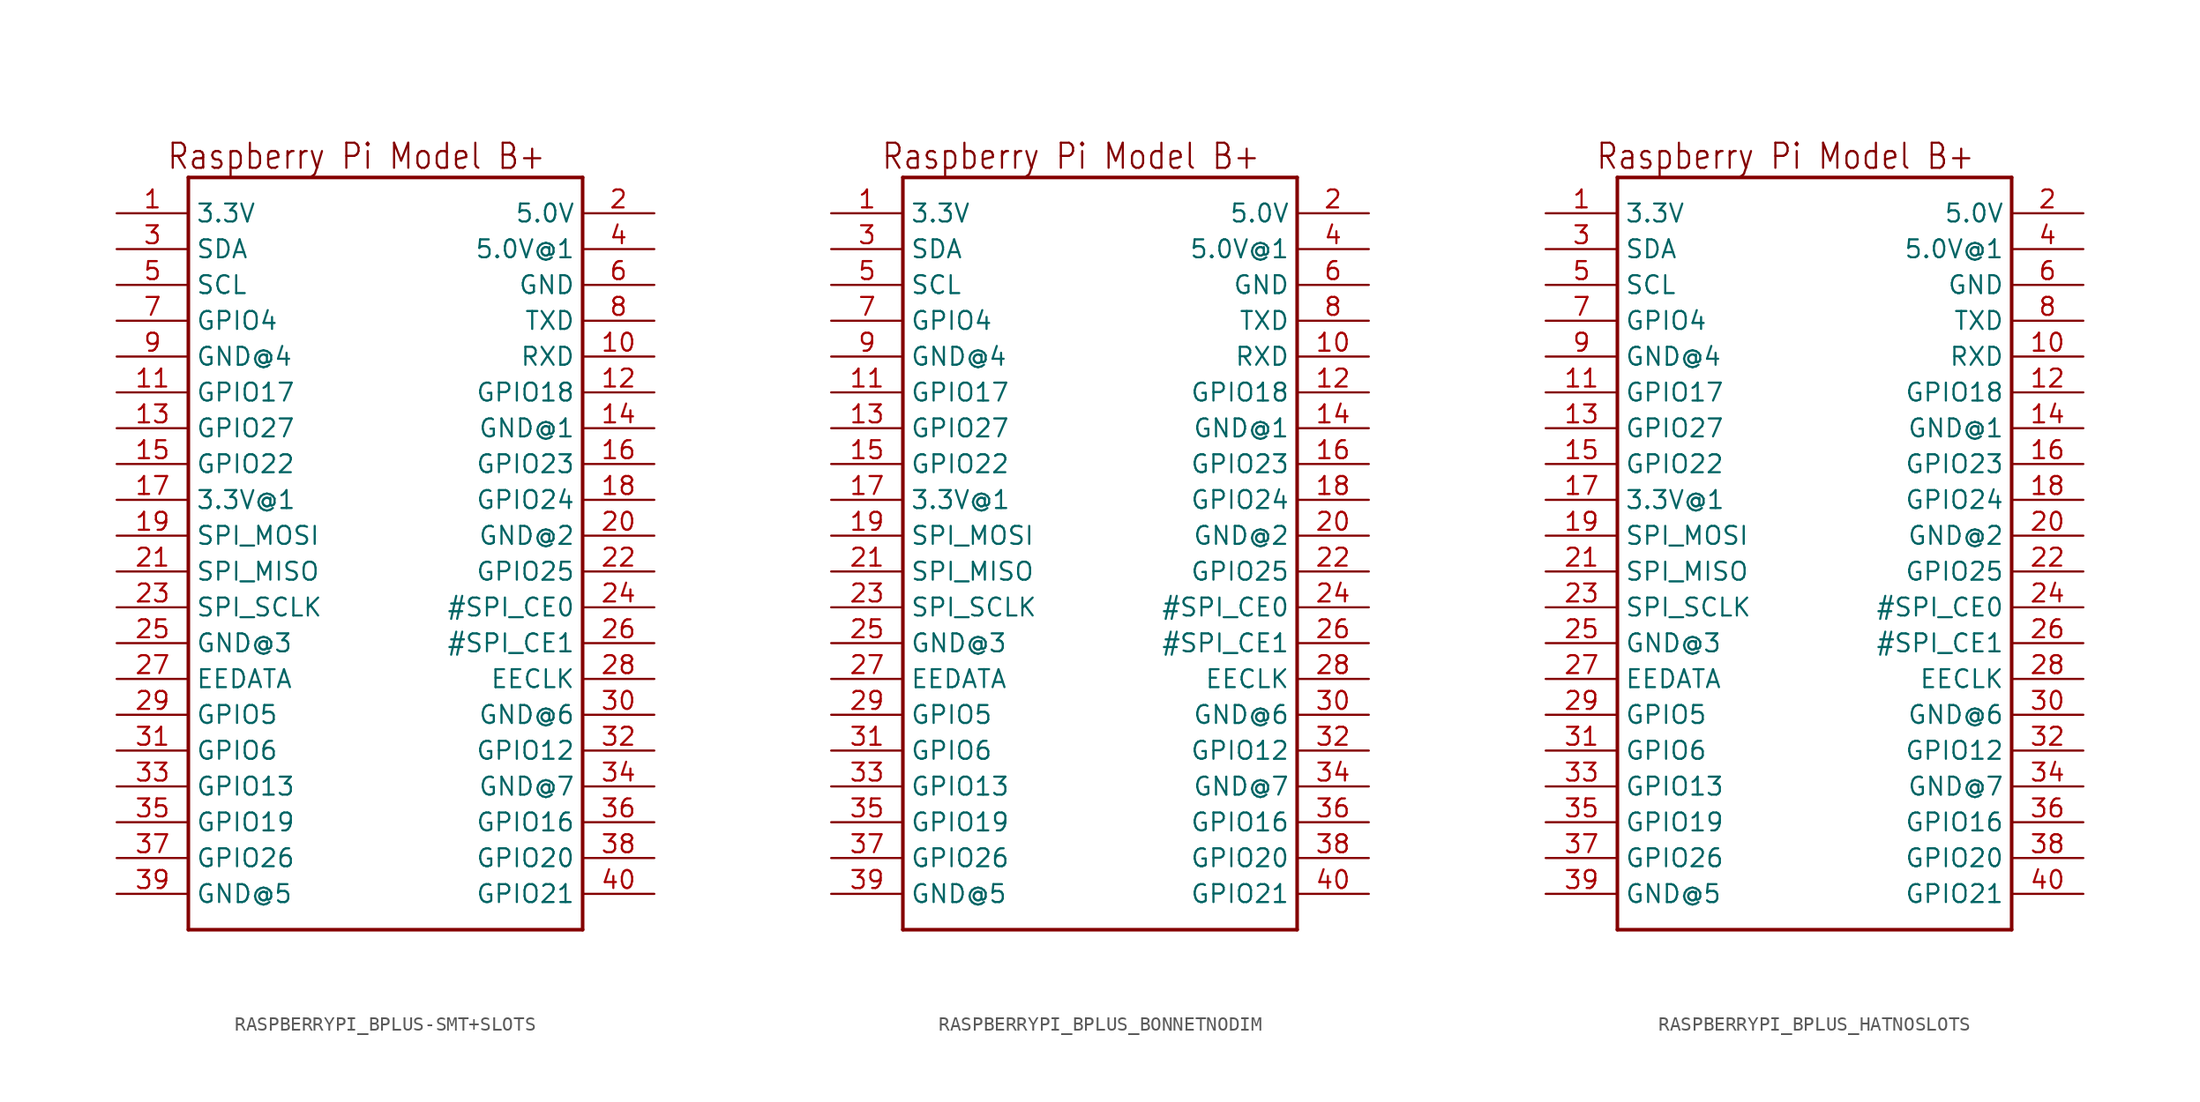
<source format=kicad_sym>
(kicad_symbol_lib
  (version 20231120)
  (generator "kicad_symbol_editor")
  (generator_version "8.0")
  (symbol "RASPBERRYPI_BPLUS-SMT+SLOTS"
    (property "Reference" "RPI"
      (at 0 0 0)
      (effects (font (size 1.27 1.27)) (hide yes)))
    (property "ki_locked" ""
      (at 0 0 0)
      (effects (font (size 1.27 1.27))))
    (symbol "RASPBERRYPI_BPLUS-SMT+SLOTS_1_0"
      (polyline (pts (xy -12.7 -30.48) (xy -12.7 22.86)) (stroke (width 0.254) (type solid)) (fill (type none)))
      (polyline (pts (xy -12.7 22.86) (xy 15.24 22.86)) (stroke (width 0.254) (type solid)) (fill (type none)))
      (polyline (pts (xy 15.24 -30.48) (xy -12.7 -30.48)) (stroke (width 0.254) (type solid)) (fill (type none)))
      (polyline (pts (xy 15.24 22.86) (xy 15.24 -30.48)) (stroke (width 0.254) (type solid)) (fill (type none)))
      (text "Raspberry Pi Model B+" (at 12.7 25.4 0) (effects (font (size 1.778 1.511)) (justify right top)))
      (pin power_in line (at -17.78 20.32 0) (length 5.08) (name "3.3V" (effects (font (size 1.27 1.27)))) (number "1" (effects (font (size 1.27 1.27)))))
      (pin bidirectional line (at 20.32 10.16 180) (length 5.08) (name "RXD" (effects (font (size 1.27 1.27)))) (number "10" (effects (font (size 1.27 1.27)))))
      (pin bidirectional line (at -17.78 7.62 0) (length 5.08) (name "GPIO17" (effects (font (size 1.27 1.27)))) (number "11" (effects (font (size 1.27 1.27)))))
      (pin bidirectional line (at 20.32 7.62 180) (length 5.08) (name "GPIO18" (effects (font (size 1.27 1.27)))) (number "12" (effects (font (size 1.27 1.27)))))
      (pin bidirectional line (at -17.78 5.08 0) (length 5.08) (name "GPIO27" (effects (font (size 1.27 1.27)))) (number "13" (effects (font (size 1.27 1.27)))))
      (pin power_in line (at 20.32 5.08 180) (length 5.08) (name "GND@1" (effects (font (size 1.27 1.27)))) (number "14" (effects (font (size 1.27 1.27)))))
      (pin bidirectional line (at -17.78 2.54 0) (length 5.08) (name "GPIO22" (effects (font (size 1.27 1.27)))) (number "15" (effects (font (size 1.27 1.27)))))
      (pin bidirectional line (at 20.32 2.54 180) (length 5.08) (name "GPIO23" (effects (font (size 1.27 1.27)))) (number "16" (effects (font (size 1.27 1.27)))))
      (pin power_in line (at -17.78 0 0) (length 5.08) (name "3.3V@1" (effects (font (size 1.27 1.27)))) (number "17" (effects (font (size 1.27 1.27)))))
      (pin bidirectional line (at 20.32 0 180) (length 5.08) (name "GPIO24" (effects (font (size 1.27 1.27)))) (number "18" (effects (font (size 1.27 1.27)))))
      (pin bidirectional line (at -17.78 -2.54 0) (length 5.08) (name "SPI_MOSI" (effects (font (size 1.27 1.27)))) (number "19" (effects (font (size 1.27 1.27)))))
      (pin power_in line (at 20.32 20.32 180) (length 5.08) (name "5.0V" (effects (font (size 1.27 1.27)))) (number "2" (effects (font (size 1.27 1.27)))))
      (pin power_in line (at 20.32 -2.54 180) (length 5.08) (name "GND@2" (effects (font (size 1.27 1.27)))) (number "20" (effects (font (size 1.27 1.27)))))
      (pin bidirectional line (at -17.78 -5.08 0) (length 5.08) (name "SPI_MISO" (effects (font (size 1.27 1.27)))) (number "21" (effects (font (size 1.27 1.27)))))
      (pin bidirectional line (at 20.32 -5.08 180) (length 5.08) (name "GPIO25" (effects (font (size 1.27 1.27)))) (number "22" (effects (font (size 1.27 1.27)))))
      (pin bidirectional line (at -17.78 -7.62 0) (length 5.08) (name "SPI_SCLK" (effects (font (size 1.27 1.27)))) (number "23" (effects (font (size 1.27 1.27)))))
      (pin bidirectional line (at 20.32 -7.62 180) (length 5.08) (name "#SPI_CE0" (effects (font (size 1.27 1.27)))) (number "24" (effects (font (size 1.27 1.27)))))
      (pin power_in line (at -17.78 -10.16 0) (length 5.08) (name "GND@3" (effects (font (size 1.27 1.27)))) (number "25" (effects (font (size 1.27 1.27)))))
      (pin bidirectional line (at 20.32 -10.16 180) (length 5.08) (name "#SPI_CE1" (effects (font (size 1.27 1.27)))) (number "26" (effects (font (size 1.27 1.27)))))
      (pin bidirectional line (at -17.78 -12.7 0) (length 5.08) (name "EEDATA" (effects (font (size 1.27 1.27)))) (number "27" (effects (font (size 1.27 1.27)))))
      (pin bidirectional line (at 20.32 -12.7 180) (length 5.08) (name "EECLK" (effects (font (size 1.27 1.27)))) (number "28" (effects (font (size 1.27 1.27)))))
      (pin bidirectional line (at -17.78 -15.24 0) (length 5.08) (name "GPIO5" (effects (font (size 1.27 1.27)))) (number "29" (effects (font (size 1.27 1.27)))))
      (pin bidirectional line (at -17.78 17.78 0) (length 5.08) (name "SDA" (effects (font (size 1.27 1.27)))) (number "3" (effects (font (size 1.27 1.27)))))
      (pin power_in line (at 20.32 -15.24 180) (length 5.08) (name "GND@6" (effects (font (size 1.27 1.27)))) (number "30" (effects (font (size 1.27 1.27)))))
      (pin bidirectional line (at -17.78 -17.78 0) (length 5.08) (name "GPIO6" (effects (font (size 1.27 1.27)))) (number "31" (effects (font (size 1.27 1.27)))))
      (pin bidirectional line (at 20.32 -17.78 180) (length 5.08) (name "GPIO12" (effects (font (size 1.27 1.27)))) (number "32" (effects (font (size 1.27 1.27)))))
      (pin bidirectional line (at -17.78 -20.32 0) (length 5.08) (name "GPIO13" (effects (font (size 1.27 1.27)))) (number "33" (effects (font (size 1.27 1.27)))))
      (pin power_in line (at 20.32 -20.32 180) (length 5.08) (name "GND@7" (effects (font (size 1.27 1.27)))) (number "34" (effects (font (size 1.27 1.27)))))
      (pin bidirectional line (at -17.78 -22.86 0) (length 5.08) (name "GPIO19" (effects (font (size 1.27 1.27)))) (number "35" (effects (font (size 1.27 1.27)))))
      (pin bidirectional line (at 20.32 -22.86 180) (length 5.08) (name "GPIO16" (effects (font (size 1.27 1.27)))) (number "36" (effects (font (size 1.27 1.27)))))
      (pin bidirectional line (at -17.78 -25.4 0) (length 5.08) (name "GPIO26" (effects (font (size 1.27 1.27)))) (number "37" (effects (font (size 1.27 1.27)))))
      (pin bidirectional line (at 20.32 -25.4 180) (length 5.08) (name "GPIO20" (effects (font (size 1.27 1.27)))) (number "38" (effects (font (size 1.27 1.27)))))
      (pin power_in line (at -17.78 -27.94 0) (length 5.08) (name "GND@5" (effects (font (size 1.27 1.27)))) (number "39" (effects (font (size 1.27 1.27)))))
      (pin power_in line (at 20.32 17.78 180) (length 5.08) (name "5.0V@1" (effects (font (size 1.27 1.27)))) (number "4" (effects (font (size 1.27 1.27)))))
      (pin bidirectional line (at 20.32 -27.94 180) (length 5.08) (name "GPIO21" (effects (font (size 1.27 1.27)))) (number "40" (effects (font (size 1.27 1.27)))))
      (pin bidirectional line (at -17.78 15.24 0) (length 5.08) (name "SCL" (effects (font (size 1.27 1.27)))) (number "5" (effects (font (size 1.27 1.27)))))
      (pin power_in line (at 20.32 15.24 180) (length 5.08) (name "GND" (effects (font (size 1.27 1.27)))) (number "6" (effects (font (size 1.27 1.27)))))
      (pin bidirectional line (at -17.78 12.7 0) (length 5.08) (name "GPIO4" (effects (font (size 1.27 1.27)))) (number "7" (effects (font (size 1.27 1.27)))))
      (pin bidirectional line (at 20.32 12.7 180) (length 5.08) (name "TXD" (effects (font (size 1.27 1.27)))) (number "8" (effects (font (size 1.27 1.27)))))
      (pin power_in line (at -17.78 10.16 0) (length 5.08) (name "GND@4" (effects (font (size 1.27 1.27)))) (number "9" (effects (font (size 1.27 1.27)))))))
  (symbol "RASPBERRYPI_BPLUS_BONNETNODIM"
    (property "Reference" "RPI"
      (at 0 0 0)
      (effects (font (size 1.27 1.27)) (hide yes)))
    (property "ki_locked" ""
      (at 0 0 0)
      (effects (font (size 1.27 1.27))))
    (symbol "RASPBERRYPI_BPLUS_BONNETNODIM_1_0"
      (polyline (pts (xy -12.7 -30.48) (xy -12.7 22.86)) (stroke (width 0.254) (type solid)) (fill (type none)))
      (polyline (pts (xy -12.7 22.86) (xy 15.24 22.86)) (stroke (width 0.254) (type solid)) (fill (type none)))
      (polyline (pts (xy 15.24 -30.48) (xy -12.7 -30.48)) (stroke (width 0.254) (type solid)) (fill (type none)))
      (polyline (pts (xy 15.24 22.86) (xy 15.24 -30.48)) (stroke (width 0.254) (type solid)) (fill (type none)))
      (text "Raspberry Pi Model B+" (at 12.7 25.4 0) (effects (font (size 1.778 1.511)) (justify right top)))
      (pin power_in line (at -17.78 20.32 0) (length 5.08) (name "3.3V" (effects (font (size 1.27 1.27)))) (number "1" (effects (font (size 1.27 1.27)))))
      (pin bidirectional line (at 20.32 10.16 180) (length 5.08) (name "RXD" (effects (font (size 1.27 1.27)))) (number "10" (effects (font (size 1.27 1.27)))))
      (pin bidirectional line (at -17.78 7.62 0) (length 5.08) (name "GPIO17" (effects (font (size 1.27 1.27)))) (number "11" (effects (font (size 1.27 1.27)))))
      (pin bidirectional line (at 20.32 7.62 180) (length 5.08) (name "GPIO18" (effects (font (size 1.27 1.27)))) (number "12" (effects (font (size 1.27 1.27)))))
      (pin bidirectional line (at -17.78 5.08 0) (length 5.08) (name "GPIO27" (effects (font (size 1.27 1.27)))) (number "13" (effects (font (size 1.27 1.27)))))
      (pin power_in line (at 20.32 5.08 180) (length 5.08) (name "GND@1" (effects (font (size 1.27 1.27)))) (number "14" (effects (font (size 1.27 1.27)))))
      (pin bidirectional line (at -17.78 2.54 0) (length 5.08) (name "GPIO22" (effects (font (size 1.27 1.27)))) (number "15" (effects (font (size 1.27 1.27)))))
      (pin bidirectional line (at 20.32 2.54 180) (length 5.08) (name "GPIO23" (effects (font (size 1.27 1.27)))) (number "16" (effects (font (size 1.27 1.27)))))
      (pin power_in line (at -17.78 0 0) (length 5.08) (name "3.3V@1" (effects (font (size 1.27 1.27)))) (number "17" (effects (font (size 1.27 1.27)))))
      (pin bidirectional line (at 20.32 0 180) (length 5.08) (name "GPIO24" (effects (font (size 1.27 1.27)))) (number "18" (effects (font (size 1.27 1.27)))))
      (pin bidirectional line (at -17.78 -2.54 0) (length 5.08) (name "SPI_MOSI" (effects (font (size 1.27 1.27)))) (number "19" (effects (font (size 1.27 1.27)))))
      (pin power_in line (at 20.32 20.32 180) (length 5.08) (name "5.0V" (effects (font (size 1.27 1.27)))) (number "2" (effects (font (size 1.27 1.27)))))
      (pin power_in line (at 20.32 -2.54 180) (length 5.08) (name "GND@2" (effects (font (size 1.27 1.27)))) (number "20" (effects (font (size 1.27 1.27)))))
      (pin bidirectional line (at -17.78 -5.08 0) (length 5.08) (name "SPI_MISO" (effects (font (size 1.27 1.27)))) (number "21" (effects (font (size 1.27 1.27)))))
      (pin bidirectional line (at 20.32 -5.08 180) (length 5.08) (name "GPIO25" (effects (font (size 1.27 1.27)))) (number "22" (effects (font (size 1.27 1.27)))))
      (pin bidirectional line (at -17.78 -7.62 0) (length 5.08) (name "SPI_SCLK" (effects (font (size 1.27 1.27)))) (number "23" (effects (font (size 1.27 1.27)))))
      (pin bidirectional line (at 20.32 -7.62 180) (length 5.08) (name "#SPI_CE0" (effects (font (size 1.27 1.27)))) (number "24" (effects (font (size 1.27 1.27)))))
      (pin power_in line (at -17.78 -10.16 0) (length 5.08) (name "GND@3" (effects (font (size 1.27 1.27)))) (number "25" (effects (font (size 1.27 1.27)))))
      (pin bidirectional line (at 20.32 -10.16 180) (length 5.08) (name "#SPI_CE1" (effects (font (size 1.27 1.27)))) (number "26" (effects (font (size 1.27 1.27)))))
      (pin bidirectional line (at -17.78 -12.7 0) (length 5.08) (name "EEDATA" (effects (font (size 1.27 1.27)))) (number "27" (effects (font (size 1.27 1.27)))))
      (pin bidirectional line (at 20.32 -12.7 180) (length 5.08) (name "EECLK" (effects (font (size 1.27 1.27)))) (number "28" (effects (font (size 1.27 1.27)))))
      (pin bidirectional line (at -17.78 -15.24 0) (length 5.08) (name "GPIO5" (effects (font (size 1.27 1.27)))) (number "29" (effects (font (size 1.27 1.27)))))
      (pin bidirectional line (at -17.78 17.78 0) (length 5.08) (name "SDA" (effects (font (size 1.27 1.27)))) (number "3" (effects (font (size 1.27 1.27)))))
      (pin power_in line (at 20.32 -15.24 180) (length 5.08) (name "GND@6" (effects (font (size 1.27 1.27)))) (number "30" (effects (font (size 1.27 1.27)))))
      (pin bidirectional line (at -17.78 -17.78 0) (length 5.08) (name "GPIO6" (effects (font (size 1.27 1.27)))) (number "31" (effects (font (size 1.27 1.27)))))
      (pin bidirectional line (at 20.32 -17.78 180) (length 5.08) (name "GPIO12" (effects (font (size 1.27 1.27)))) (number "32" (effects (font (size 1.27 1.27)))))
      (pin bidirectional line (at -17.78 -20.32 0) (length 5.08) (name "GPIO13" (effects (font (size 1.27 1.27)))) (number "33" (effects (font (size 1.27 1.27)))))
      (pin power_in line (at 20.32 -20.32 180) (length 5.08) (name "GND@7" (effects (font (size 1.27 1.27)))) (number "34" (effects (font (size 1.27 1.27)))))
      (pin bidirectional line (at -17.78 -22.86 0) (length 5.08) (name "GPIO19" (effects (font (size 1.27 1.27)))) (number "35" (effects (font (size 1.27 1.27)))))
      (pin bidirectional line (at 20.32 -22.86 180) (length 5.08) (name "GPIO16" (effects (font (size 1.27 1.27)))) (number "36" (effects (font (size 1.27 1.27)))))
      (pin bidirectional line (at -17.78 -25.4 0) (length 5.08) (name "GPIO26" (effects (font (size 1.27 1.27)))) (number "37" (effects (font (size 1.27 1.27)))))
      (pin bidirectional line (at 20.32 -25.4 180) (length 5.08) (name "GPIO20" (effects (font (size 1.27 1.27)))) (number "38" (effects (font (size 1.27 1.27)))))
      (pin power_in line (at -17.78 -27.94 0) (length 5.08) (name "GND@5" (effects (font (size 1.27 1.27)))) (number "39" (effects (font (size 1.27 1.27)))))
      (pin power_in line (at 20.32 17.78 180) (length 5.08) (name "5.0V@1" (effects (font (size 1.27 1.27)))) (number "4" (effects (font (size 1.27 1.27)))))
      (pin bidirectional line (at 20.32 -27.94 180) (length 5.08) (name "GPIO21" (effects (font (size 1.27 1.27)))) (number "40" (effects (font (size 1.27 1.27)))))
      (pin bidirectional line (at -17.78 15.24 0) (length 5.08) (name "SCL" (effects (font (size 1.27 1.27)))) (number "5" (effects (font (size 1.27 1.27)))))
      (pin power_in line (at 20.32 15.24 180) (length 5.08) (name "GND" (effects (font (size 1.27 1.27)))) (number "6" (effects (font (size 1.27 1.27)))))
      (pin bidirectional line (at -17.78 12.7 0) (length 5.08) (name "GPIO4" (effects (font (size 1.27 1.27)))) (number "7" (effects (font (size 1.27 1.27)))))
      (pin bidirectional line (at 20.32 12.7 180) (length 5.08) (name "TXD" (effects (font (size 1.27 1.27)))) (number "8" (effects (font (size 1.27 1.27)))))
      (pin power_in line (at -17.78 10.16 0) (length 5.08) (name "GND@4" (effects (font (size 1.27 1.27)))) (number "9" (effects (font (size 1.27 1.27)))))))
  (symbol "RASPBERRYPI_BPLUS_HATNOSLOTS"
    (property "Reference" "RPI"
      (at 0 0 0)
      (effects (font (size 1.27 1.27)) (hide yes)))
    (property "ki_locked" ""
      (at 0 0 0)
      (effects (font (size 1.27 1.27))))
    (symbol "RASPBERRYPI_BPLUS_HATNOSLOTS_1_0"
      (polyline (pts (xy -12.7 -30.48) (xy -12.7 22.86)) (stroke (width 0.254) (type solid)) (fill (type none)))
      (polyline (pts (xy -12.7 22.86) (xy 15.24 22.86)) (stroke (width 0.254) (type solid)) (fill (type none)))
      (polyline (pts (xy 15.24 -30.48) (xy -12.7 -30.48)) (stroke (width 0.254) (type solid)) (fill (type none)))
      (polyline (pts (xy 15.24 22.86) (xy 15.24 -30.48)) (stroke (width 0.254) (type solid)) (fill (type none)))
      (text "Raspberry Pi Model B+" (at 12.7 25.4 0) (effects (font (size 1.778 1.511)) (justify right top)))
      (pin power_in line (at -17.78 20.32 0) (length 5.08) (name "3.3V" (effects (font (size 1.27 1.27)))) (number "1" (effects (font (size 1.27 1.27)))))
      (pin bidirectional line (at 20.32 10.16 180) (length 5.08) (name "RXD" (effects (font (size 1.27 1.27)))) (number "10" (effects (font (size 1.27 1.27)))))
      (pin bidirectional line (at -17.78 7.62 0) (length 5.08) (name "GPIO17" (effects (font (size 1.27 1.27)))) (number "11" (effects (font (size 1.27 1.27)))))
      (pin bidirectional line (at 20.32 7.62 180) (length 5.08) (name "GPIO18" (effects (font (size 1.27 1.27)))) (number "12" (effects (font (size 1.27 1.27)))))
      (pin bidirectional line (at -17.78 5.08 0) (length 5.08) (name "GPIO27" (effects (font (size 1.27 1.27)))) (number "13" (effects (font (size 1.27 1.27)))))
      (pin power_in line (at 20.32 5.08 180) (length 5.08) (name "GND@1" (effects (font (size 1.27 1.27)))) (number "14" (effects (font (size 1.27 1.27)))))
      (pin bidirectional line (at -17.78 2.54 0) (length 5.08) (name "GPIO22" (effects (font (size 1.27 1.27)))) (number "15" (effects (font (size 1.27 1.27)))))
      (pin bidirectional line (at 20.32 2.54 180) (length 5.08) (name "GPIO23" (effects (font (size 1.27 1.27)))) (number "16" (effects (font (size 1.27 1.27)))))
      (pin power_in line (at -17.78 0 0) (length 5.08) (name "3.3V@1" (effects (font (size 1.27 1.27)))) (number "17" (effects (font (size 1.27 1.27)))))
      (pin bidirectional line (at 20.32 0 180) (length 5.08) (name "GPIO24" (effects (font (size 1.27 1.27)))) (number "18" (effects (font (size 1.27 1.27)))))
      (pin bidirectional line (at -17.78 -2.54 0) (length 5.08) (name "SPI_MOSI" (effects (font (size 1.27 1.27)))) (number "19" (effects (font (size 1.27 1.27)))))
      (pin power_in line (at 20.32 20.32 180) (length 5.08) (name "5.0V" (effects (font (size 1.27 1.27)))) (number "2" (effects (font (size 1.27 1.27)))))
      (pin power_in line (at 20.32 -2.54 180) (length 5.08) (name "GND@2" (effects (font (size 1.27 1.27)))) (number "20" (effects (font (size 1.27 1.27)))))
      (pin bidirectional line (at -17.78 -5.08 0) (length 5.08) (name "SPI_MISO" (effects (font (size 1.27 1.27)))) (number "21" (effects (font (size 1.27 1.27)))))
      (pin bidirectional line (at 20.32 -5.08 180) (length 5.08) (name "GPIO25" (effects (font (size 1.27 1.27)))) (number "22" (effects (font (size 1.27 1.27)))))
      (pin bidirectional line (at -17.78 -7.62 0) (length 5.08) (name "SPI_SCLK" (effects (font (size 1.27 1.27)))) (number "23" (effects (font (size 1.27 1.27)))))
      (pin bidirectional line (at 20.32 -7.62 180) (length 5.08) (name "#SPI_CE0" (effects (font (size 1.27 1.27)))) (number "24" (effects (font (size 1.27 1.27)))))
      (pin power_in line (at -17.78 -10.16 0) (length 5.08) (name "GND@3" (effects (font (size 1.27 1.27)))) (number "25" (effects (font (size 1.27 1.27)))))
      (pin bidirectional line (at 20.32 -10.16 180) (length 5.08) (name "#SPI_CE1" (effects (font (size 1.27 1.27)))) (number "26" (effects (font (size 1.27 1.27)))))
      (pin bidirectional line (at -17.78 -12.7 0) (length 5.08) (name "EEDATA" (effects (font (size 1.27 1.27)))) (number "27" (effects (font (size 1.27 1.27)))))
      (pin bidirectional line (at 20.32 -12.7 180) (length 5.08) (name "EECLK" (effects (font (size 1.27 1.27)))) (number "28" (effects (font (size 1.27 1.27)))))
      (pin bidirectional line (at -17.78 -15.24 0) (length 5.08) (name "GPIO5" (effects (font (size 1.27 1.27)))) (number "29" (effects (font (size 1.27 1.27)))))
      (pin bidirectional line (at -17.78 17.78 0) (length 5.08) (name "SDA" (effects (font (size 1.27 1.27)))) (number "3" (effects (font (size 1.27 1.27)))))
      (pin power_in line (at 20.32 -15.24 180) (length 5.08) (name "GND@6" (effects (font (size 1.27 1.27)))) (number "30" (effects (font (size 1.27 1.27)))))
      (pin bidirectional line (at -17.78 -17.78 0) (length 5.08) (name "GPIO6" (effects (font (size 1.27 1.27)))) (number "31" (effects (font (size 1.27 1.27)))))
      (pin bidirectional line (at 20.32 -17.78 180) (length 5.08) (name "GPIO12" (effects (font (size 1.27 1.27)))) (number "32" (effects (font (size 1.27 1.27)))))
      (pin bidirectional line (at -17.78 -20.32 0) (length 5.08) (name "GPIO13" (effects (font (size 1.27 1.27)))) (number "33" (effects (font (size 1.27 1.27)))))
      (pin power_in line (at 20.32 -20.32 180) (length 5.08) (name "GND@7" (effects (font (size 1.27 1.27)))) (number "34" (effects (font (size 1.27 1.27)))))
      (pin bidirectional line (at -17.78 -22.86 0) (length 5.08) (name "GPIO19" (effects (font (size 1.27 1.27)))) (number "35" (effects (font (size 1.27 1.27)))))
      (pin bidirectional line (at 20.32 -22.86 180) (length 5.08) (name "GPIO16" (effects (font (size 1.27 1.27)))) (number "36" (effects (font (size 1.27 1.27)))))
      (pin bidirectional line (at -17.78 -25.4 0) (length 5.08) (name "GPIO26" (effects (font (size 1.27 1.27)))) (number "37" (effects (font (size 1.27 1.27)))))
      (pin bidirectional line (at 20.32 -25.4 180) (length 5.08) (name "GPIO20" (effects (font (size 1.27 1.27)))) (number "38" (effects (font (size 1.27 1.27)))))
      (pin power_in line (at -17.78 -27.94 0) (length 5.08) (name "GND@5" (effects (font (size 1.27 1.27)))) (number "39" (effects (font (size 1.27 1.27)))))
      (pin power_in line (at 20.32 17.78 180) (length 5.08) (name "5.0V@1" (effects (font (size 1.27 1.27)))) (number "4" (effects (font (size 1.27 1.27)))))
      (pin bidirectional line (at 20.32 -27.94 180) (length 5.08) (name "GPIO21" (effects (font (size 1.27 1.27)))) (number "40" (effects (font (size 1.27 1.27)))))
      (pin bidirectional line (at -17.78 15.24 0) (length 5.08) (name "SCL" (effects (font (size 1.27 1.27)))) (number "5" (effects (font (size 1.27 1.27)))))
      (pin power_in line (at 20.32 15.24 180) (length 5.08) (name "GND" (effects (font (size 1.27 1.27)))) (number "6" (effects (font (size 1.27 1.27)))))
      (pin bidirectional line (at -17.78 12.7 0) (length 5.08) (name "GPIO4" (effects (font (size 1.27 1.27)))) (number "7" (effects (font (size 1.27 1.27)))))
      (pin bidirectional line (at 20.32 12.7 180) (length 5.08) (name "TXD" (effects (font (size 1.27 1.27)))) (number "8" (effects (font (size 1.27 1.27)))))
      (pin power_in line (at -17.78 10.16 0) (length 5.08) (name "GND@4" (effects (font (size 1.27 1.27)))) (number "9" (effects (font (size 1.27 1.27))))))))
</source>
